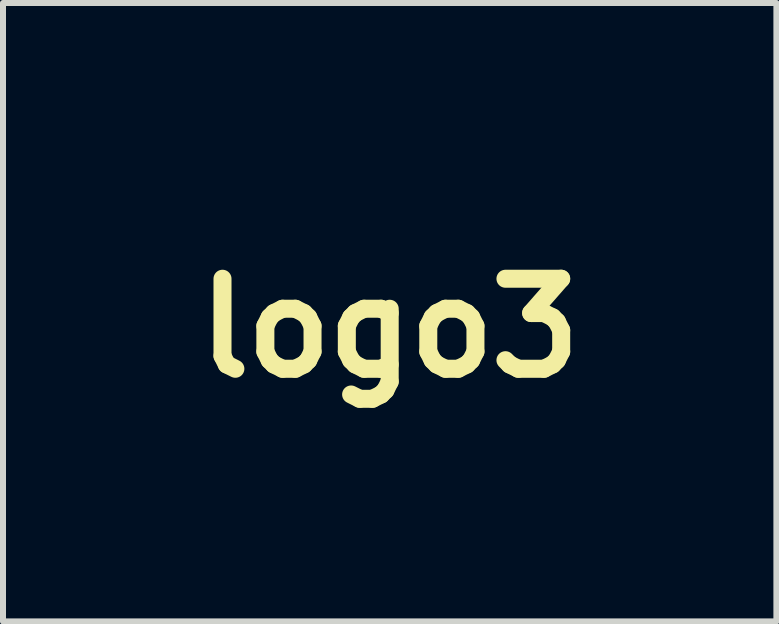
<source format=kicad_pcb>
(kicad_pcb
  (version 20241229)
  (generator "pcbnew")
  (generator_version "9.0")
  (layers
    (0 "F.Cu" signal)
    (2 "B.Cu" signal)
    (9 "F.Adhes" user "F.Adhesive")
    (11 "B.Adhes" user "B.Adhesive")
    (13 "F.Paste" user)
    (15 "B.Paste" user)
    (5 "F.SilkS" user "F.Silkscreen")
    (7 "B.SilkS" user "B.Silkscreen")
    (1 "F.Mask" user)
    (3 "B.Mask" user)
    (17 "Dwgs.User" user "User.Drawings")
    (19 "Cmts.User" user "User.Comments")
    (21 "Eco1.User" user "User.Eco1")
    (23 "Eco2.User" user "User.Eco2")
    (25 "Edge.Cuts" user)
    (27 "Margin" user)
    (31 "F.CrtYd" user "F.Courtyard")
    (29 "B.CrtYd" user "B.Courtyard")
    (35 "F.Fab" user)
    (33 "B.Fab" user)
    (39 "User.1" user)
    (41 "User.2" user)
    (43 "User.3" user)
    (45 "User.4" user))
  (footprint "logo3"
    (layer "F.Cu")
    (at 3.443 2.416)
    (property "Reference" "logo3" (at 0 0 0) (layer "F.SilkS") (effects (font (size 1.5 1.5) (thickness 0.3))))
    (attr board_only exclude_from_pos_files exclude_from_bom)
    (fp_poly (pts (xy -0.911 -2.281) (xy -0.817 -2.269) (xy -0.74 -2.248) (xy -0.686 -2.219) (xy -0.679 -2.213) (xy -0.654 -2.198) (xy -0.615 -2.191) (xy -0.554 -2.191) (xy -0.498 -2.192) (xy -0.462 -2.188) (xy -0.434 -2.173) (xy -0.403 -2.146) (xy -0.403 -2.145) (xy -0.36 -2.11) (xy -0.316 -2.084) (xy -0.305 -2.079) (xy -0.247 -2.042) (xy -0.209 -1.982) (xy -0.191 -1.9) (xy -0.191 -1.9) (xy -0.191 -1.839) (xy -0.202 -1.777) (xy -0.228 -1.707) (xy -0.269 -1.623) (xy -0.299 -1.568) (xy -0.365 -1.465) (xy -0.438 -1.381) (xy -0.524 -1.309) (xy -0.632 -1.244) (xy -0.688 -1.216) (xy -0.809 -1.161) (xy -0.91 -1.123) (xy -0.995 -1.102) (xy -1.071 -1.096) (xy -1.141 -1.104) (xy -1.165 -1.111) (xy -1.232 -1.146) (xy -1.29 -1.208) (xy -1.334 -1.294) (xy -1.344 -1.324) (xy -1.371 -1.457) (xy -1.37 -1.494) (xy -1.264 -1.494) (xy -1.259 -1.405) (xy -1.239 -1.326) (xy -1.204 -1.263) (xy -1.184 -1.242) (xy -1.155 -1.22) (xy -1.127 -1.208) (xy -1.089 -1.204) (xy -1.031 -1.206) (xy -1.025 -1.206) (xy -0.963 -1.212) (xy -0.907 -1.224) (xy -0.847 -1.245) (xy -0.777 -1.278) (xy -0.707 -1.314) (xy -0.639 -1.353) (xy -0.584 -1.39) (xy -0.568 -1.402) (xy -0.495 -1.472) (xy -0.423 -1.558) (xy -0.359 -1.652) (xy -0.308 -1.745) (xy -0.277 -1.828) (xy -0.275 -1.835) (xy -0.264 -1.881) (xy -0.327 -1.824) (xy -0.373 -1.787) (xy -0.413 -1.77) (xy -0.454 -1.766) (xy -0.516 -1.78) (xy -0.564 -1.816) (xy -0.593 -1.868) (xy -0.599 -1.928) (xy -0.585 -1.976) (xy -0.568 -2.013) (xy -0.566 -2.028) (xy -0.581 -2.028) (xy -0.595 -2.024) (xy -0.63 -2.023) (xy -0.649 -2.032) (xy -0.673 -2.043) (xy -0.704 -2.038) (xy -0.747 -2.015) (xy -0.808 -1.973) (xy -0.813 -1.969) (xy -0.863 -1.936) (xy -0.909 -1.914) (xy -0.937 -1.907) (xy -0.987 -1.894) (xy -1.047 -1.861) (xy -1.109 -1.812) (xy -1.166 -1.753) (xy -1.212 -1.691) (xy -1.226 -1.664) (xy -1.253 -1.583) (xy -1.264 -1.494) (xy -1.37 -1.494) (xy -1.367 -1.583) (xy -1.334 -1.7) (xy -1.271 -1.809) (xy -1.178 -1.909) (xy -1.075 -1.987) (xy -1.069 -2.008) (xy -1.078 -2.032) (xy -1.088 -2.061) (xy -1.08 -2.088) (xy -1.064 -2.112) (xy -1.031 -2.157) (xy -1.074 -2.157) (xy -1.136 -2.151) (xy -1.215 -2.136) (xy -1.298 -2.114) (xy -1.374 -2.089) (xy -1.412 -2.074) (xy -1.481 -2.037) (xy -1.554 -1.989) (xy -1.623 -1.938) (xy -1.68 -1.887) (xy -1.717 -1.844) (xy -1.72 -1.84) (xy -1.746 -1.772) (xy -1.749 -1.701) (xy -1.728 -1.636) (xy -1.688 -1.584) (xy -1.651 -1.561) (xy -1.611 -1.535) (xy -1.6 -1.507) (xy -1.616 -1.484) (xy -1.659 -1.472) (xy -1.72 -1.482) (xy -1.776 -1.52) (xy -1.823 -1.581) (xy -1.85 -1.638) (xy -1.867 -1.729) (xy -1.855 -1.819) (xy -1.816 -1.908) (xy -1.753 -1.993) (xy -1.668 -2.071) (xy -1.562 -2.141) (xy -1.439 -2.199) (xy -1.3 -2.245) (xy -1.24 -2.259) (xy -1.128 -2.276) (xy -1.017 -2.283)) (stroke (width 0) (type solid)) (fill yes) (layer "In1.Cu"))
    (fp_poly (pts (xy 0.092 -2.415) (xy 0.162 -2.387) (xy 0.164 -2.385) (xy 0.199 -2.346) (xy 0.221 -2.288) (xy 0.227 -2.224) (xy 0.221 -2.181) (xy 0.213 -2.147) (xy 0.217 -2.134) (xy 0.232 -2.137) (xy 0.261 -2.152) (xy 0.3 -2.177) (xy 0.308 -2.183) (xy 0.343 -2.206) (xy 0.37 -2.219) (xy 0.374 -2.22) (xy 0.393 -2.232) (xy 0.405 -2.249) (xy 0.428 -2.272) (xy 0.469 -2.299) (xy 0.495 -2.313) (xy 0.578 -2.339) (xy 0.653 -2.336) (xy 0.718 -2.304) (xy 0.734 -2.291) (xy 0.775 -2.237) (xy 0.797 -2.169) (xy 0.803 -2.081) (xy 0.803 -2.059) (xy 0.801 -2.019) (xy 0.804 -1.991) (xy 0.816 -1.975) (xy 0.842 -1.967) (xy 0.887 -1.965) (xy 0.956 -1.968) (xy 1 -1.971) (xy 1.134 -1.976) (xy 1.253 -1.977) (xy 1.352 -1.972) (xy 1.428 -1.964) (xy 1.454 -1.959) (xy 1.508 -1.946) (xy 1.577 -1.931) (xy 1.626 -1.922) (xy 1.706 -1.906) (xy 1.768 -1.888) (xy 1.825 -1.863) (xy 1.887 -1.827) (xy 1.93 -1.799) (xy 2.005 -1.746) (xy 2.073 -1.693) (xy 2.13 -1.643) (xy 2.171 -1.6) (xy 2.192 -1.568) (xy 2.194 -1.554) (xy 2.195 -1.535) (xy 2.202 -1.532) (xy 2.217 -1.519) (xy 2.22 -1.502) (xy 2.233 -1.474) (xy 2.248 -1.465) (xy 2.271 -1.447) (xy 2.3 -1.405) (xy 2.332 -1.347) (xy 2.363 -1.279) (xy 2.392 -1.208) (xy 2.413 -1.141) (xy 2.424 -1.093) (xy 2.43 -1.029) (xy 2.431 -0.942) (xy 2.429 -0.836) (xy 2.423 -0.719) (xy 2.413 -0.597) (xy 2.401 -0.476) (xy 2.387 -0.362) (xy 2.373 -0.275) (xy 2.36 -0.2) (xy 2.348 -0.132) (xy 2.338 -0.079) (xy 2.334 -0.054) (xy 2.333 -0.022) (xy 2.345 0.005) (xy 2.376 0.039) (xy 2.39 0.052) (xy 2.439 0.091) (xy 2.479 0.106) (xy 2.518 0.101) (xy 2.548 0.086) (xy 2.599 0.065) (xy 2.642 0.07) (xy 2.664 0.083) (xy 2.683 0.113) (xy 2.677 0.147) (xy 2.647 0.177) (xy 2.633 0.185) (xy 2.606 0.202) (xy 2.604 0.221) (xy 2.611 0.236) (xy 2.62 0.264) (xy 2.61 0.293) (xy 2.595 0.316) (xy 2.56 0.362) (xy 2.593 0.385) (xy 2.621 0.412) (xy 2.619 0.434) (xy 2.586 0.454) (xy 2.586 0.454) (xy 2.545 0.46) (xy 2.503 0.444) (xy 2.501 0.443) (xy 2.469 0.427) (xy 2.449 0.428) (xy 2.431 0.442) (xy 2.38 0.472) (xy 2.312 0.477) (xy 2.23 0.459) (xy 2.219 0.454) (xy 2.173 0.437) (xy 2.141 0.425) (xy 2.131 0.422) (xy 2.123 0.434) (xy 2.104 0.466) (xy 2.088 0.494) (xy 2.066 0.537) (xy 2.056 0.569) (xy 2.058 0.603) (xy 2.069 0.654) (xy 2.077 0.689) (xy 2.085 0.724) (xy 2.093 0.766) (xy 2.101 0.819) (xy 2.112 0.888) (xy 2.125 0.978) (xy 2.141 1.093) (xy 2.144 1.11) (xy 2.151 1.181) (xy 2.156 1.27) (xy 2.159 1.366) (xy 2.159 1.442) (xy 2.157 1.524) (xy 2.158 1.58) (xy 2.16 1.613) (xy 2.166 1.63) (xy 2.174 1.633) (xy 2.179 1.632) (xy 2.201 1.616) (xy 2.204 1.608) (xy 2.217 1.598) (xy 2.244 1.594) (xy 2.282 1.607) (xy 2.31 1.641) (xy 2.34 1.677) (xy 2.384 1.702) (xy 2.448 1.717) (xy 2.536 1.725) (xy 2.565 1.726) (xy 2.638 1.73) (xy 2.686 1.739) (xy 2.713 1.753) (xy 2.714 1.754) (xy 2.733 1.786) (xy 2.722 1.811) (xy 2.681 1.829) (xy 2.647 1.835) (xy 2.595 1.842) (xy 2.551 1.845) (xy 2.506 1.846) (xy 2.452 1.844) (xy 2.382 1.839) (xy 2.313 1.833) (xy 2.219 1.826) (xy 2.149 1.825) (xy 2.097 1.83) (xy 2.071 1.836) (xy 2.04 1.84) (xy 1.981 1.844) (xy 1.9 1.847) (xy 1.801 1.849) (xy 1.687 1.85) (xy 1.564 1.851) (xy 1.435 1.851) (xy 1.306 1.85) (xy 1.179 1.849) (xy 1.06 1.847) (xy 0.953 1.844) (xy 0.861 1.84) (xy 0.791 1.836) (xy 0.744 1.832) (xy 0.735 1.83) (xy 0.654 1.817) (xy 0.579 1.815) (xy 0.519 1.823) (xy 0.495 1.832) (xy 0.462 1.843) (xy 0.408 1.856) (xy 0.342 1.869) (xy 0.274 1.88) (xy 0.214 1.887) (xy 0.172 1.889) (xy 0.139 1.887) (xy 0.085 1.883) (xy 0.018 1.878) (xy -0.016 1.875) (xy -0.165 1.864) (xy -0.286 1.856) (xy -0.382 1.85) (xy -0.454 1.848) (xy -0.507 1.848) (xy -0.542 1.85) (xy -0.563 1.855) (xy -0.568 1.858) (xy -0.599 1.869) (xy -0.635 1.868) (xy -0.674 1.862) (xy -0.731 1.853) (xy -0.784 1.846) (xy -0.875 1.826) (xy -0.938 1.794) (xy -0.972 1.75) (xy -0.976 1.739) (xy -0.991 1.711) (xy -1.005 1.703) (xy -1.058 1.699) (xy -1.079 1.696) (xy -0.849 1.696) (xy -0.833 1.722) (xy -0.789 1.737) (xy -0.776 1.738) (xy -0.718 1.74) (xy -0.687 1.731) (xy -0.681 1.716) (xy -0.524 1.716) (xy -0.508 1.73) (xy -0.463 1.735) (xy -0.448 1.735) (xy -0.409 1.734) (xy -0.397 1.729) (xy -0.405 1.714) (xy -0.414 1.704) (xy -0.453 1.677) (xy -0.491 1.677) (xy -0.514 1.693) (xy -0.524 1.716) (xy -0.681 1.716) (xy -0.679 1.71) (xy -0.681 1.698) (xy -0.706 1.655) (xy -0.745 1.63) (xy -0.788 1.628) (xy -0.826 1.649) (xy -0.835 1.66) (xy -0.849 1.696) (xy -1.079 1.696) (xy -1.121 1.689) (xy -1.184 1.676) (xy -1.234 1.661) (xy -1.259 1.65) (xy -1.287 1.622) (xy -1.296 1.584) (xy -1.288 1.534) (xy -1.166 1.534) (xy -1.166 1.557) (xy -1.14 1.57) (xy -1.087 1.576) (xy -1.068 1.577) (xy -1.035 1.576) (xy -1.026 1.565) (xy -1.035 1.534) (xy -1.036 1.532) (xy -1.063 1.489) (xy -1.096 1.474) (xy -1.131 1.487) (xy -1.144 1.5) (xy -1.166 1.534) (xy -1.288 1.534) (xy -1.287 1.53) (xy -1.264 1.466) (xy -1.247 1.414) (xy -1.227 1.34) (xy -1.206 1.252) (xy -1.186 1.158) (xy -1.168 1.065) (xy -1.153 0.981) (xy -1.144 0.914) (xy -1.141 0.879) (xy -1.146 0.821) (xy -1.156 0.757) (xy -1.16 0.741) (xy -1.171 0.696) (xy -1.17 0.67) (xy -1.158 0.654) (xy -1.152 0.649) (xy -1.135 0.635) (xy -1.128 0.619) (xy -1.134 0.596) (xy -1.155 0.558) (xy -1.18 0.516) (xy -1.234 0.426) (xy -1.312 0.442) (xy -1.395 0.451) (xy -1.455 0.439) (xy -1.494 0.406) (xy -1.509 0.372) (xy -1.511 0.35) (xy -1.505 0.328) (xy -1.486 0.299) (xy -1.451 0.259) (xy -1.402 0.206) (xy -1.328 0.122) (xy -1.279 0.053) (xy -1.256 -0.004) (xy -1.258 -0.05) (xy -1.278 -0.081) (xy -1.3 -0.102) (xy -1.319 -0.105) (xy -1.347 -0.093) (xy -1.363 -0.084) (xy -1.396 -0.055) (xy -1.44 -0.004) (xy -1.491 0.064) (xy -1.544 0.143) (xy -1.597 0.229) (xy -1.645 0.316) (xy -1.664 0.352) (xy -1.695 0.419) (xy -1.731 0.506) (xy -1.769 0.603) (xy -1.806 0.702) (xy -1.838 0.795) (xy -1.863 0.873) (xy -1.873 0.91) (xy -1.882 0.959) (xy -1.891 1.027) (xy -1.898 1.104) (xy -1.9 1.14) (xy -1.919 1.305) (xy -1.958 1.448) (xy -2.017 1.572) (xy -2.073 1.651) (xy -2.13 1.708) (xy -2.192 1.737) (xy -2.27 1.744) (xy -2.28 1.744) (xy -2.345 1.731) (xy -2.399 1.697) (xy -2.449 1.638) (xy -2.479 1.587) (xy -2.517 1.523) (xy -2.553 1.483) (xy -2.594 1.464) (xy -2.647 1.463) (xy -2.719 1.477) (xy -2.753 1.486) (xy -2.861 1.514) (xy -2.945 1.53) (xy -3.008 1.533) (xy -3.054 1.524) (xy -3.087 1.501) (xy -3.112 1.467) (xy -3.121 1.427) (xy -3.121 1.37) (xy -3.114 1.307) (xy -3.099 1.249) (xy -3.088 1.222) (xy -3.036 1.153) (xy -2.96 1.098) (xy -2.869 1.062) (xy -2.83 1.053) (xy -2.786 1.042) (xy -2.772 1.027) (xy -2.772 1.024) (xy -2.792 0.934) (xy -2.792 0.831) (xy -2.773 0.721) (xy -2.737 0.612) (xy -2.687 0.512) (xy -2.632 0.437) (xy -2.571 0.371) (xy -2.577 0.181) (xy -2.578 0.076) (xy -2.574 -0.006) (xy -2.562 -0.073) (xy -2.542 -0.131) (xy -2.511 -0.19) (xy -2.487 -0.228) (xy -2.435 -0.303) (xy -2.389 -0.36) (xy -2.341 -0.405) (xy -2.284 -0.447) (xy -2.281 -0.449) (xy -2.211 -0.497) (xy -2.217 -0.607) (xy -2.215 -0.705) (xy -2.197 -0.798) (xy -2.16 -0.89) (xy -2.102 -0.988) (xy -2.021 -1.097) (xy -2.019 -1.099) (xy -1.949 -1.179) (xy -1.885 -1.238) (xy -1.818 -1.284) (xy -1.806 -1.291) (xy -1.71 -1.343) (xy -1.636 -1.379) (xy -1.58 -1.4) (xy -1.539 -1.407) (xy -1.507 -1.402) (xy -1.482 -1.385) (xy -1.478 -1.382) (xy -1.462 -1.354) (xy -1.454 -1.32) (xy -1.457 -1.292) (xy -1.47 -1.282) (xy -1.495 -1.289) (xy -1.513 -1.299) (xy -1.536 -1.307) (xy -1.568 -1.3) (xy -1.616 -1.279) (xy -1.621 -1.276) (xy -1.758 -1.196) (xy -1.871 -1.105) (xy -1.968 -0.997) (xy -2.01 -0.938) (xy -2.073 -0.826) (xy -2.108 -0.722) (xy -2.116 -0.621) (xy -2.1 -0.529) (xy -2.087 -0.461) (xy -2.091 -0.417) (xy -2.115 -0.394) (xy -2.139 -0.391) (xy -2.18 -0.379) (xy -2.232 -0.346) (xy -2.289 -0.298) (xy -2.346 -0.24) (xy -2.395 -0.178) (xy -2.409 -0.156) (xy -2.443 -0.084) (xy -2.464 0.006) (xy -2.473 0.119) (xy -2.47 0.256) (xy -2.462 0.361) (xy -2.451 0.477) (xy -2.503 0.496) (xy -2.554 0.527) (xy -2.598 0.583) (xy -2.638 0.665) (xy -2.656 0.715) (xy -2.679 0.798) (xy -2.687 0.869) (xy -2.678 0.942) (xy -2.657 1.019) (xy -2.635 1.098) (xy -2.629 1.152) (xy -2.638 1.182) (xy -2.664 1.19) (xy -2.708 1.178) (xy -2.726 1.17) (xy -2.787 1.158) (xy -2.851 1.172) (xy -2.912 1.207) (xy -2.962 1.259) (xy -2.996 1.324) (xy -3 1.337) (xy -3.009 1.383) (xy -3.01 1.415) (xy -3.008 1.423) (xy -2.989 1.435) (xy -2.952 1.435) (xy -2.893 1.423) (xy -2.809 1.399) (xy -2.726 1.375) (xy -2.663 1.363) (xy -2.611 1.363) (xy -2.561 1.373) (xy -2.546 1.378) (xy -2.485 1.406) (xy -2.439 1.449) (xy -2.404 1.508) (xy -2.359 1.582) (xy -2.314 1.627) (xy -2.271 1.641) (xy -2.209 1.626) (xy -2.152 1.583) (xy -2.102 1.514) (xy -2.059 1.424) (xy -2.026 1.314) (xy -2.003 1.187) (xy -1.995 1.105) (xy -1.986 0.994) (xy -1.973 0.905) (xy -1.955 0.828) (xy -1.933 0.758) (xy -1.918 0.718) (xy -1.896 0.657) (xy -1.87 0.585) (xy -1.847 0.521) (xy -1.811 0.43) (xy -1.767 0.335) (xy -1.712 0.231) (xy -1.643 0.112) (xy -1.558 -0.025) (xy -1.536 -0.059) (xy -1.481 -0.132) (xy -1.425 -0.178) (xy -1.364 -0.198) (xy -1.313 -0.198) (xy -1.244 -0.177) (xy -1.194 -0.135) (xy -1.164 -0.076) (xy -1.156 -0.004) (xy -1.173 0.075) (xy -1.19 0.114) (xy -1.218 0.159) (xy -1.259 0.214) (xy -1.303 0.264) (xy -1.342 0.306) (xy -1.362 0.33) (xy -1.363 0.34) (xy -1.347 0.34) (xy -1.344 0.339) (xy -1.302 0.33) (xy -1.251 0.321) (xy -1.244 0.319) (xy -1.193 0.307) (xy -1.132 0.288) (xy -1.104 0.278) (xy -1.054 0.26) (xy -0.985 0.236) (xy -0.908 0.21) (xy -0.868 0.196) (xy -0.723 0.144) (xy -0.606 0.091) (xy -0.512 0.034) (xy -0.437 -0.03) (xy -0.377 -0.103) (xy -0.33 -0.183) (xy -0.299 -0.25) (xy -0.285 -0.299) (xy -0.286 -0.34) (xy -0.3 -0.382) (xy -0.306 -0.393) (xy -0.323 -0.441) (xy -0.333 -0.497) (xy -0.333 -0.505) (xy -0.33 -0.552) (xy -0.316 -0.57) (xy -0.294 -0.56) (xy -0.264 -0.521) (xy -0.248 -0.495) (xy -0.223 -0.451) (xy -0.202 -0.419) (xy -0.193 -0.409) (xy -0.178 -0.39) (xy -0.155 -0.353) (xy -0.143 -0.328) (xy -0.11 -0.272) (xy -0.073 -0.215) (xy -0.061 -0.2) (xy -0.029 -0.156) (xy -0.018 -0.128) (xy -0.028 -0.11) (xy -0.05 -0.101) (xy -0.077 -0.099) (xy -0.106 -0.116) (xy -0.136 -0.146) (xy -0.169 -0.179) (xy -0.193 -0.2) (xy -0.201 -0.203) (xy -0.213 -0.19) (xy -0.234 -0.156) (xy -0.258 -0.108) (xy -0.259 -0.106) (xy -0.328 0.005) (xy -0.42 0.103) (xy -0.528 0.18) (xy -0.563 0.198) (xy -0.615 0.221) (xy -0.689 0.25) (xy -0.775 0.282) (xy -0.865 0.313) (xy -0.887 0.321) (xy -0.966 0.348) (xy -1.033 0.372) (xy -1.084 0.391) (xy -1.113 0.404) (xy -1.118 0.407) (xy -1.115 0.426) (xy -1.098 0.463) (xy -1.071 0.51) (xy -1.071 0.511) (xy -1.037 0.577) (xy -1.019 0.637) (xy -1.017 0.684) (xy -1.033 0.712) (xy -1.034 0.712) (xy -1.044 0.736) (xy -1.043 0.786) (xy -1.042 0.803) (xy -1.04 0.863) (xy -1.046 0.944) (xy -1.06 1.048) (xy -1.083 1.179) (xy -1.093 1.233) (xy -1.105 1.301) (xy -1.109 1.343) (xy -1.103 1.366) (xy -1.089 1.375) (xy -1.079 1.376) (xy -1.049 1.385) (xy -1.01 1.41) (xy -0.994 1.423) (xy -0.941 1.47) (xy -0.924 1.419) (xy -0.902 1.343) (xy -0.885 1.27) (xy -0.874 1.206) (xy -0.87 1.159) (xy -0.875 1.135) (xy -0.875 1.135) (xy -0.89 1.101) (xy -0.882 1.064) (xy -0.87 1.049) (xy -0.858 1.025) (xy -0.846 0.979) (xy -0.838 0.92) (xy -0.837 0.918) (xy -0.826 0.801) (xy -0.816 0.702) (xy -0.808 0.623) (xy -0.802 0.567) (xy -0.799 0.539) (xy -0.798 0.535) (xy -0.784 0.531) (xy -0.756 0.538) (xy -0.731 0.551) (xy -0.72 0.561) (xy -0.714 0.578) (xy -0.713 0.605) (xy -0.715 0.649) (xy -0.721 0.714) (xy -0.727 0.774) (xy -0.736 0.864) (xy -0.743 0.955) (xy -0.748 1.037) (xy -0.75 1.094) (xy -0.755 1.166) (xy -0.766 1.253) (xy -0.782 1.341) (xy -0.788 1.363) (xy -0.802 1.428) (xy -0.812 1.481) (xy -0.817 1.515) (xy -0.816 1.524) (xy -0.796 1.529) (xy -0.759 1.532) (xy -0.758 1.532) (xy -0.713 1.541) (xy -0.663 1.563) (xy -0.65 1.571) (xy -0.613 1.594) (xy -0.587 1.601) (xy -0.561 1.593) (xy -0.544 1.585) (xy -0.482 1.568) (xy -0.447 1.57) (xy -0.404 1.588) (xy -0.355 1.623) (xy -0.31 1.665) (xy -0.279 1.707) (xy -0.273 1.72) (xy -0.266 1.734) (xy -0.25 1.746) (xy -0.223 1.754) (xy -0.18 1.76) (xy -0.116 1.766) (xy -0.027 1.771) (xy 0.026 1.773) (xy 0.171 1.775) (xy 0.288 1.765) (xy 0.376 1.745) (xy 0.435 1.715) (xy 0.458 1.689) (xy 0.476 1.648) (xy 0.596 1.648) (xy 0.6 1.676) (xy 0.625 1.692) (xy 0.676 1.7) (xy 0.707 1.702) (xy 0.739 1.699) (xy 0.741 1.695) (xy 0.895 1.695) (xy 0.898 1.712) (xy 0.93 1.719) (xy 0.953 1.719) (xy 0.994 1.717) (xy 1.012 1.707) (xy 1.016 1.684) (xy 1.016 1.68) (xy 1.005 1.65) (xy 0.977 1.64) (xy 0.94 1.652) (xy 0.92 1.667) (xy 0.895 1.695) (xy 0.741 1.695) (xy 0.749 1.679) (xy 0.75 1.662) (xy 0.74 1.616) (xy 0.714 1.583) (xy 0.679 1.565) (xy 0.644 1.566) (xy 0.616 1.589) (xy 0.609 1.603) (xy 0.596 1.648) (xy 0.476 1.648) (xy 0.477 1.644) (xy 0.485 1.603) (xy 0.493 1.557) (xy 0.507 1.527) (xy 0.526 1.484) (xy 0.543 1.417) (xy 0.559 1.335) (xy 0.572 1.243) (xy 0.581 1.151) (xy 0.586 1.065) (xy 0.585 0.993) (xy 0.578 0.943) (xy 0.577 0.94) (xy 0.583 0.916) (xy 0.598 0.901) (xy 0.624 0.893) (xy 0.65 0.909) (xy 0.652 0.911) (xy 0.666 0.93) (xy 0.673 0.957) (xy 0.677 1) (xy 0.677 1.066) (xy 0.677 1.087) (xy 0.676 1.156) (xy 0.677 1.2) (xy 0.682 1.224) (xy 0.691 1.233) (xy 0.701 1.235) (xy 0.741 1.22) (xy 0.781 1.181) (xy 0.818 1.122) (xy 0.848 1.05) (xy 0.867 0.973) (xy 0.879 0.922) (xy 0.896 0.899) (xy 0.921 0.899) (xy 0.938 0.906) (xy 0.959 0.925) (xy 0.967 0.954) (xy 0.963 1.001) (xy 0.945 1.069) (xy 0.944 1.073) (xy 0.901 1.178) (xy 0.839 1.259) (xy 0.758 1.315) (xy 0.696 1.339) (xy 0.663 1.353) (xy 0.649 1.379) (xy 0.644 1.411) (xy 0.643 1.449) (xy 0.652 1.466) (xy 0.679 1.469) (xy 0.687 1.469) (xy 0.74 1.483) (xy 0.792 1.521) (xy 0.848 1.573) (xy 0.905 1.545) (xy 0.959 1.528) (xy 1.004 1.527) (xy 1.059 1.551) (xy 1.106 1.595) (xy 1.133 1.648) (xy 1.134 1.652) (xy 1.143 1.691) (xy 1.15 1.716) (xy 1.159 1.723) (xy 1.185 1.728) (xy 1.229 1.731) (xy 1.296 1.734) (xy 1.389 1.734) (xy 1.49 1.734) (xy 1.591 1.735) (xy 1.685 1.736) (xy 1.764 1.737) (xy 1.824 1.74) (xy 1.86 1.743) (xy 1.866 1.744) (xy 1.918 1.749) (xy 1.972 1.741) (xy 2.014 1.723) (xy 2.031 1.705) (xy 2.038 1.679) (xy 2.046 1.629) (xy 2.052 1.563) (xy 2.057 1.507) (xy 2.061 1.437) (xy 2.066 1.378) (xy 2.071 1.338) (xy 2.074 1.324) (xy 2.075 1.305) (xy 2.072 1.261) (xy 2.065 1.2) (xy 2.057 1.137) (xy 2.046 1.042) (xy 2.035 0.937) (xy 2.026 0.836) (xy 2.023 0.795) (xy 2.018 0.721) (xy 2.013 0.672) (xy 2.006 0.644) (xy 1.997 0.633) (xy 1.988 0.631) (xy 1.977 0.632) (xy 1.97 0.63) (xy 1.968 0.621) (xy 1.972 0.601) (xy 1.984 0.566) (xy 2.005 0.513) (xy 2.035 0.438) (xy 2.063 0.367) (xy 2.073 0.343) (xy 2.183 0.343) (xy 2.221 0.358) (xy 2.286 0.373) (xy 2.349 0.368) (xy 2.388 0.351) (xy 2.439 0.333) (xy 2.47 0.336) (xy 2.502 0.341) (xy 2.517 0.338) (xy 2.517 0.338) (xy 2.509 0.316) (xy 2.492 0.281) (xy 2.47 0.243) (xy 2.45 0.214) (xy 2.438 0.203) (xy 2.42 0.194) (xy 2.385 0.172) (xy 2.352 0.147) (xy 2.313 0.119) (xy 2.285 0.1) (xy 2.275 0.097) (xy 2.268 0.113) (xy 2.254 0.147) (xy 2.25 0.155) (xy 2.238 0.193) (xy 2.242 0.212) (xy 2.248 0.215) (xy 2.265 0.232) (xy 2.255 0.263) (xy 2.225 0.3) (xy 2.183 0.343) (xy 2.073 0.343) (xy 2.1 0.276) (xy 2.135 0.183) (xy 2.167 0.097) (xy 2.191 0.029) (xy 2.197 0.008) (xy 2.231 -0.117) (xy 2.26 -0.266) (xy 2.283 -0.433) (xy 2.301 -0.611) (xy 2.312 -0.792) (xy 2.315 -0.922) (xy 2.315 -1.01) (xy 2.312 -1.075) (xy 2.306 -1.124) (xy 2.296 -1.166) (xy 2.283 -1.202) (xy 2.213 -1.339) (xy 2.117 -1.471) (xy 1.999 -1.592) (xy 1.864 -1.696) (xy 1.857 -1.701) (xy 1.815 -1.727) (xy 1.777 -1.747) (xy 1.736 -1.764) (xy 1.686 -1.778) (xy 1.619 -1.793) (xy 1.53 -1.81) (xy 1.511 -1.814) (xy 1.415 -1.831) (xy 1.342 -1.843) (xy 1.284 -1.849) (xy 1.231 -1.852) (xy 1.177 -1.85) (xy 1.113 -1.845) (xy 1.107 -1.844) (xy 1.026 -1.838) (xy 0.942 -1.833) (xy 0.871 -1.83) (xy 0.845 -1.829) (xy 0.789 -1.828) (xy 0.753 -1.821) (xy 0.725 -1.805) (xy 0.692 -1.772) (xy 0.679 -1.758) (xy 0.625 -1.71) (xy 0.577 -1.688) (xy 0.539 -1.694) (xy 0.515 -1.721) (xy 0.507 -1.745) (xy 0.516 -1.769) (xy 0.545 -1.803) (xy 0.545 -1.803) (xy 0.592 -1.862) (xy 0.636 -1.935) (xy 0.668 -2.008) (xy 0.679 -2.044) (xy 0.684 -2.099) (xy 0.678 -2.153) (xy 0.661 -2.194) (xy 0.641 -2.212) (xy 0.611 -2.21) (xy 0.566 -2.195) (xy 0.519 -2.172) (xy 0.481 -2.147) (xy 0.464 -2.131) (xy 0.441 -2.112) (xy 0.431 -2.11) (xy 0.407 -2.098) (xy 0.401 -2.088) (xy 0.384 -2.072) (xy 0.346 -2.047) (xy 0.293 -2.017) (xy 0.271 -2.006) (xy 0.214 -1.978) (xy 0.17 -1.954) (xy 0.143 -1.937) (xy 0.139 -1.934) (xy 0.112 -1.919) (xy 0.07 -1.919) (xy 0.025 -1.93) (xy -0.01 -1.95) (xy -0.023 -1.969) (xy -0.048 -2.006) (xy -0.091 -2.039) (xy -0.14 -2.06) (xy -0.162 -2.063) (xy -0.198 -2.075) (xy -0.215 -2.104) (xy -0.211 -2.143) (xy -0.188 -2.18) (xy -0.177 -2.196) (xy -0.065 -2.196) (xy -0.042 -2.154) (xy -0.02 -2.135) (xy 0.014 -2.107) (xy 0.037 -2.085) (xy 0.061 -2.066) (xy 0.078 -2.069) (xy 0.08 -2.075) (xy 0.083 -2.098) (xy 0.088 -2.134) (xy 0.097 -2.205) (xy 0.098 -2.252) (xy 0.091 -2.281) (xy 0.074 -2.296) (xy 0.067 -2.299) (xy 0.032 -2.301) (xy -0.011 -2.282) (xy -0.019 -2.276) (xy -0.057 -2.238) (xy -0.065 -2.196) (xy -0.177 -2.196) (xy -0.166 -2.21) (xy -0.162 -2.231) (xy -0.162 -2.232) (xy -0.16 -2.256) (xy -0.14 -2.292) (xy -0.108 -2.333) (xy -0.069 -2.371) (xy -0.047 -2.389) (xy 0.02 -2.416)) (stroke (width 0) (type solid)) (fill yes) (layer "In1.Cu")))
  (gr_rect
    (start -3 -3)
    (end 9.886 7.304)
    (stroke (width 0.1) (type default))
    (fill no)
    (layer "Edge.Cuts")))
</source>
